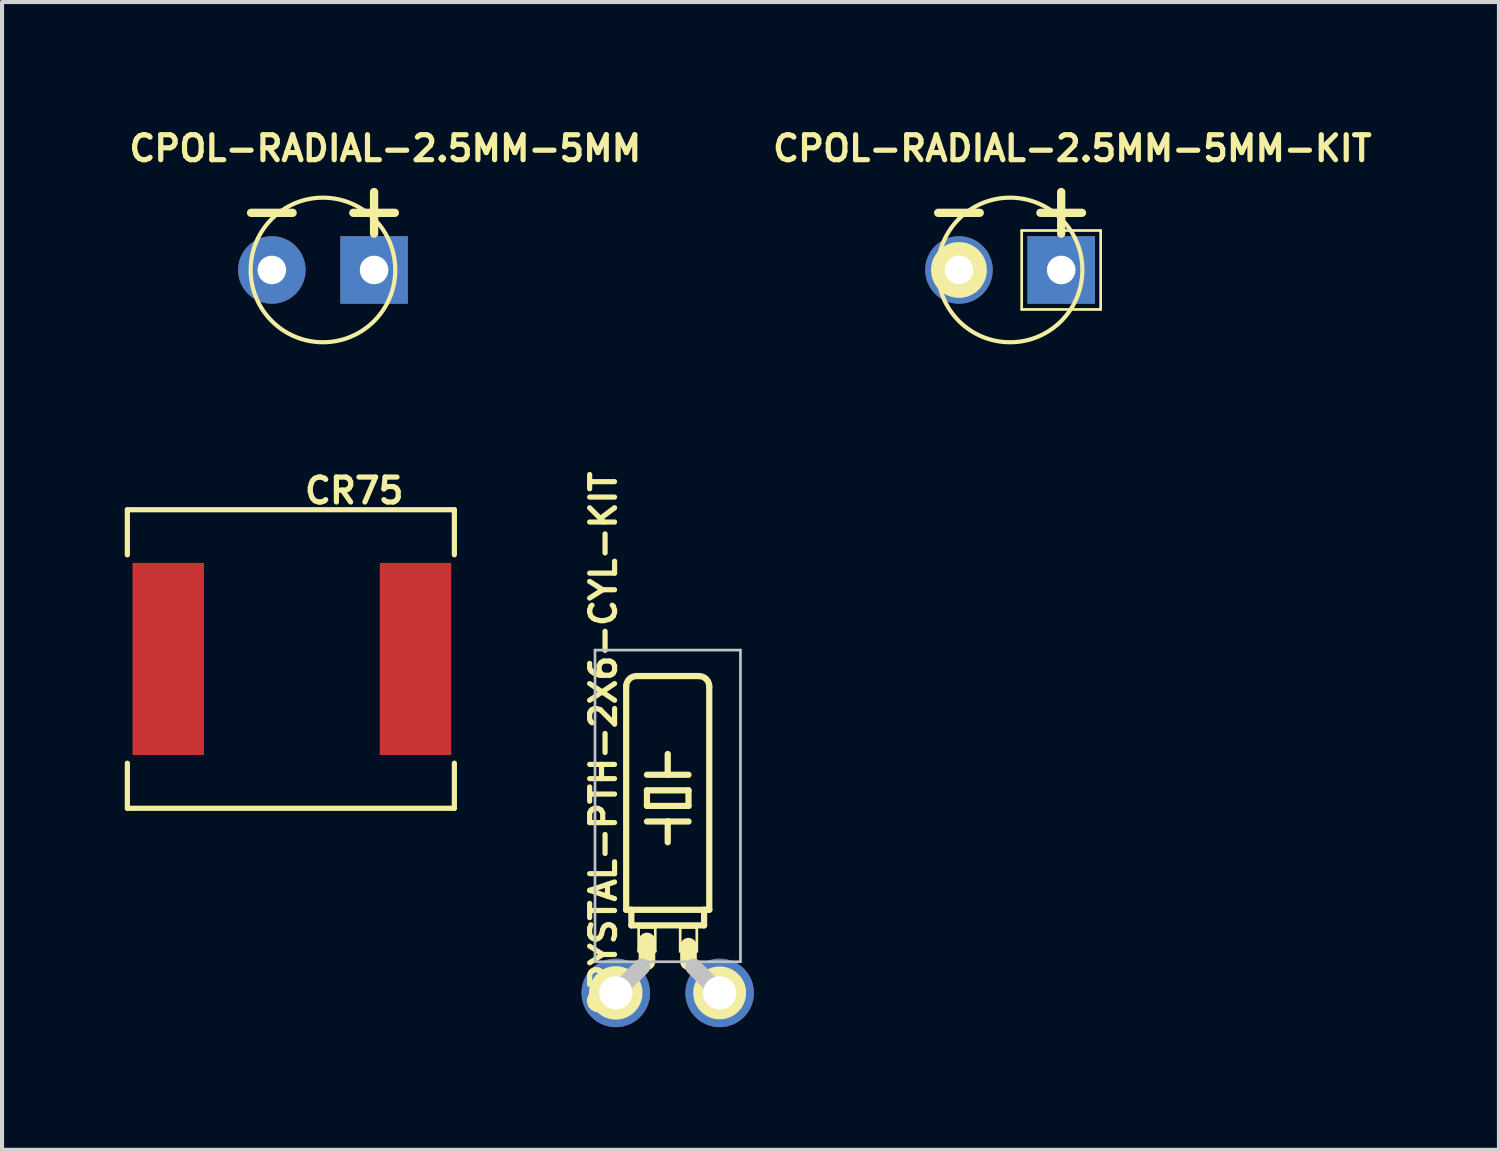
<source format=kicad_pcb>
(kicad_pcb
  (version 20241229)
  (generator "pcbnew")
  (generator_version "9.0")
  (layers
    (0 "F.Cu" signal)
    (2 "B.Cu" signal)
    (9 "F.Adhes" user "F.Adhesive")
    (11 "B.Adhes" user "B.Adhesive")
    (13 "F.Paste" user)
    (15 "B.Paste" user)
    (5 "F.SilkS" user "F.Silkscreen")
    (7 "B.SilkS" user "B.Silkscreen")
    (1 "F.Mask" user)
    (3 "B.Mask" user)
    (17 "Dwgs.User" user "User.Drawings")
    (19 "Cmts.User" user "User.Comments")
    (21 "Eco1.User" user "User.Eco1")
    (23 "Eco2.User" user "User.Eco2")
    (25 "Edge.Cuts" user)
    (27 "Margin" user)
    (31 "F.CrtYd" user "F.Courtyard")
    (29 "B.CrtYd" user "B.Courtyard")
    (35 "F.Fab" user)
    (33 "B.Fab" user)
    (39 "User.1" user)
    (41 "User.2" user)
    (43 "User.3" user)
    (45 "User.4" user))
  (footprint "CPOL-RADIAL-2.5MM-5MM-KIT"
    (layer "F.Cu")
    (at 21.648 3.551)
    (property "Reference" "CPOL-RADIAL-2.5MM-5MM-KIT" (at 1.524 -2.972 0) (layer "F.SilkS") (effects (font (size 0.61 0.61) (thickness 0.127))))
    (attr exclude_from_pos_files exclude_from_bom)
    (fp_line (start -0.742 -1.397) (end -1.758 -1.397) (stroke (width 0.203) (type solid)) (layer "F.SilkS"))
    (fp_line (start 0.284 -0.965) (end 2.215 -0.965) (stroke (width 0.066) (type solid)) (layer "F.SilkS"))
    (fp_line (start 0.284 0.965) (end 0.284 -0.965) (stroke (width 0.066) (type solid)) (layer "F.SilkS"))
    (fp_line (start 0.284 0.965) (end 2.215 0.965) (stroke (width 0.066) (type solid)) (layer "F.SilkS"))
    (fp_line (start 1.25 -1.905) (end 1.25 -0.889) (stroke (width 0.203) (type solid)) (layer "F.SilkS"))
    (fp_line (start 1.758 -1.397) (end 0.742 -1.397) (stroke (width 0.203) (type solid)) (layer "F.SilkS"))
    (fp_line (start 2.215 0.965) (end 2.215 -0.965) (stroke (width 0.066) (type solid)) (layer "F.SilkS"))
    (fp_circle (center -1.25 0) (end -1.732 0.483) (stroke (width 0) (type solid)) (fill yes) (layer "F.SilkS"))
    (fp_circle (center -1.25 0) (end -1.427 0.178) (stroke (width 0) (type solid)) (fill yes) (layer "F.SilkS"))
    (fp_circle (center 0 0) (end -1.25 1.25) (stroke (width 0.102) (type solid)) (fill no) (layer "F.SilkS"))
    (fp_circle (center 1.25 0) (end 1.427 0.178) (stroke (width 0) (type solid)) (fill yes) (layer "F.SilkS"))
    (pad "1" thru_hole rect (at 1.25 0) (size 1.651 1.651) (drill 0.699) (layers "*.Cu" "*.Paste" "*.Mask"))
    (pad "2" thru_hole circle (at -1.25 0) (size 1.651 1.651) (drill 0.699) (layers "*.Cu" "*.Paste" "*.Mask")))
  (footprint "CRYSTAL-PTH-2X6-CYL-KIT"
    (layer "F.Cu")
    (at 13.277 21.228)
    (property "Reference" "CRYSTAL-PTH-2X6-CYL-KIT" (at -1.575 -6.096 90) (layer "F.SilkS") (effects (font (size 0.61 0.61) (thickness 0.127))))
    (attr exclude_from_pos_files exclude_from_bom)
    (fp_line (start -1.016 -2.032) (end -1.016 -7.493) (stroke (width 0.152) (type solid)) (layer "F.SilkS"))
    (fp_line (start -1.016 -2.032) (end -0.889 -2.032) (stroke (width 0.152) (type solid)) (layer "F.SilkS"))
    (fp_line (start -0.889 -1.651) (end -0.889 -2.032) (stroke (width 0.152) (type solid)) (layer "F.SilkS"))
    (fp_line (start -0.889 -1.651) (end 0.889 -1.651) (stroke (width 0.152) (type solid)) (layer "F.SilkS"))
    (fp_line (start -0.762 -7.747) (end 0.762 -7.747) (stroke (width 0.152) (type solid)) (layer "F.SilkS"))
    (fp_line (start -0.711 -1.6) (end -0.305 -1.6) (stroke (width 0.066) (type solid)) (layer "F.SilkS"))
    (fp_line (start -0.711 -1.016) (end -0.711 -1.6) (stroke (width 0.066) (type solid)) (layer "F.SilkS"))
    (fp_line (start -0.711 -1.016) (end -0.305 -1.016) (stroke (width 0.066) (type solid)) (layer "F.SilkS"))
    (fp_line (start -0.508 -5.334) (end 0 -5.334) (stroke (width 0.152) (type solid)) (layer "F.SilkS"))
    (fp_line (start -0.508 -4.953) (end -0.508 -4.572) (stroke (width 0.152) (type solid)) (layer "F.SilkS"))
    (fp_line (start -0.508 -4.953) (end 0.508 -4.953) (stroke (width 0.152) (type solid)) (layer "F.SilkS"))
    (fp_line (start -0.508 -4.191) (end 0 -4.191) (stroke (width 0.152) (type solid)) (layer "F.SilkS"))
    (fp_line (start -0.508 -0.762) (end -0.508 -1.27) (stroke (width 0.406) (type solid)) (layer "F.SilkS"))
    (fp_line (start -0.305 -1.016) (end -0.305 -1.6) (stroke (width 0.066) (type solid)) (layer "F.SilkS"))
    (fp_line (start 0 -5.334) (end 0 -5.842) (stroke (width 0.152) (type solid)) (layer "F.SilkS"))
    (fp_line (start 0 -5.334) (end 0.508 -5.334) (stroke (width 0.152) (type solid)) (layer "F.SilkS"))
    (fp_line (start 0 -4.191) (end 0 -3.683) (stroke (width 0.152) (type solid)) (layer "F.SilkS"))
    (fp_line (start 0 -4.191) (end 0.508 -4.191) (stroke (width 0.152) (type solid)) (layer "F.SilkS"))
    (fp_line (start 0.305 -1.6) (end 0.711 -1.6) (stroke (width 0.066) (type solid)) (layer "F.SilkS"))
    (fp_line (start 0.305 -1.016) (end 0.305 -1.6) (stroke (width 0.066) (type solid)) (layer "F.SilkS"))
    (fp_line (start 0.305 -1.016) (end 0.711 -1.016) (stroke (width 0.066) (type solid)) (layer "F.SilkS"))
    (fp_line (start 0.508 -4.572) (end -0.508 -4.572) (stroke (width 0.152) (type solid)) (layer "F.SilkS"))
    (fp_line (start 0.508 -4.572) (end 0.508 -4.953) (stroke (width 0.152) (type solid)) (layer "F.SilkS"))
    (fp_line (start 0.508 -0.762) (end 0.508 -1.143) (stroke (width 0.406) (type solid)) (layer "F.SilkS"))
    (fp_line (start 0.711 -1.016) (end 0.711 -1.6) (stroke (width 0.066) (type solid)) (layer "F.SilkS"))
    (fp_line (start 0.889 -2.032) (end -0.889 -2.032) (stroke (width 0.152) (type solid)) (layer "F.SilkS"))
    (fp_line (start 0.889 -1.651) (end 0.889 -2.032) (stroke (width 0.152) (type solid)) (layer "F.SilkS"))
    (fp_line (start 1.016 -2.032) (end 0.889 -2.032) (stroke (width 0.152) (type solid)) (layer "F.SilkS"))
    (fp_line (start 1.016 -2.032) (end 1.016 -7.493) (stroke (width 0.152) (type solid)) (layer "F.SilkS"))
    (fp_arc (start -1.016 -7.493) (mid -0.941605 -7.672605) (end -0.762 -7.747) (stroke (width 0.1524) (type solid)) (layer "F.SilkS"))
    (fp_arc (start 0.762 -7.747) (mid 0.941605 -7.672605) (end 1.016 -7.493) (stroke (width 0.1524) (type solid)) (layer "F.SilkS"))
    (fp_circle (center -1.27 0) (end -1.732 0.462) (stroke (width 0) (type solid)) (fill yes) (layer "F.SilkS"))
    (fp_circle (center -1.27 0) (end -1.524 0.254) (stroke (width 0) (type solid)) (fill yes) (layer "F.SilkS"))
    (fp_circle (center 1.27 0) (end 1.524 0.254) (stroke (width 0) (type solid)) (fill yes) (layer "F.SilkS"))
    (fp_circle (center 1.27 0) (end 1.727 0.457) (stroke (width 0) (type solid)) (fill yes) (layer "F.SilkS"))
    (fp_line (start -1.778 -8.382) (end 1.778 -8.382) (stroke (width 0.066) (type solid)) (layer "Dwgs.User"))
    (fp_line (start -1.778 -0.762) (end -1.778 -8.382) (stroke (width 0.066) (type solid)) (layer "Dwgs.User"))
    (fp_line (start -1.778 -0.762) (end 1.778 -0.762) (stroke (width 0.066) (type solid)) (layer "Dwgs.User"))
    (fp_line (start -0.635 -0.635) (end -1.27 0) (stroke (width 0.406) (type solid)) (layer "Dwgs.User"))
    (fp_line (start 0.635 -0.635) (end 1.27 0) (stroke (width 0.406) (type solid)) (layer "Dwgs.User"))
    (fp_line (start 1.778 -0.762) (end 1.778 -8.382) (stroke (width 0.066) (type solid)) (layer "Dwgs.User"))
    (pad "1" thru_hole circle (at -1.27 0) (size 1.676 1.676) (drill 0.813) (layers "*.Cu" "*.Paste" "*.Mask"))
    (pad "2" thru_hole circle (at 1.27 0) (size 1.676 1.676) (drill 0.813) (layers "*.Cu" "*.Paste" "*.Mask")))
  (footprint "CPOL-RADIAL-2.5MM-5MM"
    (layer "F.Cu")
    (at 4.847 3.551)
    (property "Reference" "CPOL-RADIAL-2.5MM-5MM" (at 1.524 -2.972 0) (layer "F.SilkS") (effects (font (size 0.61 0.61) (thickness 0.127))))
    (attr exclude_from_pos_files exclude_from_bom)
    (fp_line (start -0.742 -1.397) (end -1.758 -1.397) (stroke (width 0.203) (type solid)) (layer "F.SilkS"))
    (fp_line (start 1.25 -1.905) (end 1.25 -0.889) (stroke (width 0.203) (type solid)) (layer "F.SilkS"))
    (fp_line (start 1.758 -1.397) (end 0.742 -1.397) (stroke (width 0.203) (type solid)) (layer "F.SilkS"))
    (fp_circle (center 0 0) (end -1.25 1.25) (stroke (width 0.102) (type solid)) (fill no) (layer "F.SilkS"))
    (pad "1" thru_hole rect (at 1.25 0) (size 1.651 1.651) (drill 0.699) (layers "*.Cu" "*.Paste" "*.Mask"))
    (pad "2" thru_hole circle (at -1.25 0) (size 1.651 1.651) (drill 0.699) (layers "*.Cu" "*.Paste" "*.Mask")))
  (footprint "CR75"
    (layer "F.Cu")
    (at 4.087 13.064)
    (property "Reference" "CR75" (at 1.524 -4.115 0) (layer "F.SilkS") (effects (font (size 0.61 0.61) (thickness 0.127))))
    (attr smd)
    (fp_line (start -4.023 -3.65) (end -4.023 -2.548) (stroke (width 0.127) (type solid)) (layer "F.SilkS"))
    (fp_line (start -4.023 -3.65) (end 3.973 -3.65) (stroke (width 0.127) (type solid)) (layer "F.SilkS"))
    (fp_line (start -4.023 3.65) (end -4.023 2.548) (stroke (width 0.127) (type solid)) (layer "F.SilkS"))
    (fp_line (start -4.023 3.65) (end 3.973 3.65) (stroke (width 0.127) (type solid)) (layer "F.SilkS"))
    (fp_line (start 3.973 -3.65) (end 3.973 -2.548) (stroke (width 0.127) (type solid)) (layer "F.SilkS"))
    (fp_line (start 3.973 3.65) (end 3.973 2.548) (stroke (width 0.127) (type solid)) (layer "F.SilkS"))
    (pad "P$1" smd rect (at -3.023 0 90) (size 4.699 1.748) (layers "F.Cu" "F.Mask" "F.Paste"))
    (pad "P$2" smd rect (at 3.023 0 90) (size 4.699 1.748) (layers "F.Cu" "F.Mask" "F.Paste")))
  (gr_rect
    (start -3 -3)
    (end 33.602 25.066)
    (stroke (width 0.1) (type default))
    (fill no)
    (layer "Edge.Cuts")))
</source>
